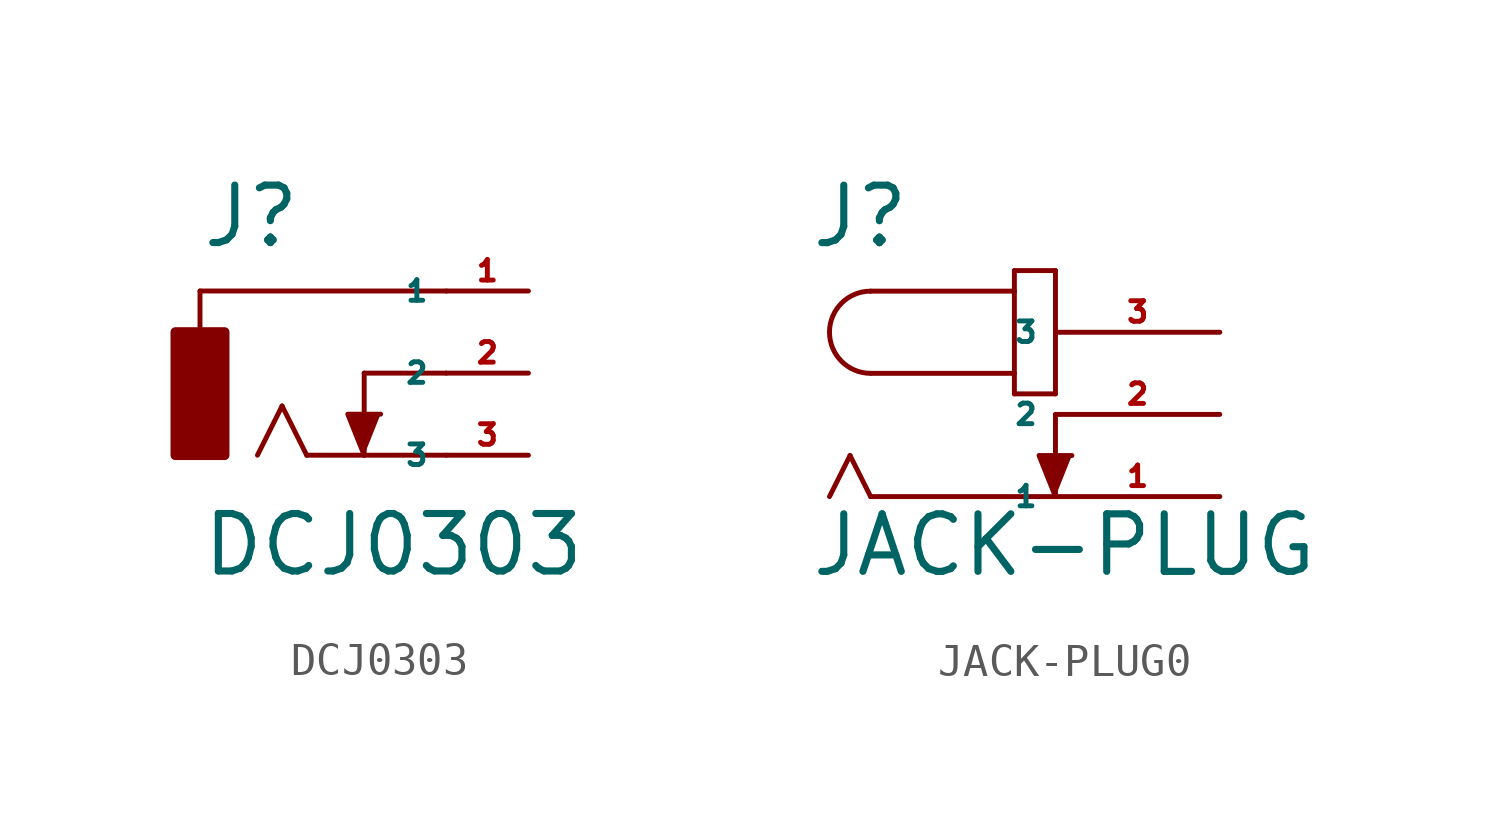
<source format=kicad_sym>
(kicad_symbol_lib
  (version 20220914)
  (generator Eagle2Kicad)
  (symbol "DCJ0303"
    (property "Reference" "J"
      (at -2.54 3.81 0)
      (effects (font (size 1.778 1.778) (thickness 0.22)) (justify left bottom)))
    (property "Value" "DCJ0303"
      (at -2.54 -6.35 0)
      (effects (font (size 1.778 1.778) (thickness 0.22)) (justify left bottom)))
    (polyline
      (pts (xy 2.54 -2.54) (xy 2.032 -1.27) (xy 3.048 -1.27))
      (stroke (width 0.152) (type default))
      (fill (type outline)))
    (polyline
      (pts (xy 5.08 2.54) (xy -2.54 2.54))
      (stroke (width 0.152) (type default))
      (fill (type none)))
    (polyline
      (pts (xy -2.54 2.54) (xy -2.54 1.27))
      (stroke (width 0.152) (type default))
      (fill (type none)))
    (polyline
      (pts (xy 5.08 0) (xy 2.54 0))
      (stroke (width 0.152) (type default))
      (fill (type none)))
    (polyline
      (pts (xy 2.54 0) (xy 2.54 -2.54))
      (stroke (width 0.152) (type default))
      (fill (type none)))
    (polyline
      (pts (xy 5.08 -2.54) (xy 2.54 -2.54))
      (stroke (width 0.152) (type default))
      (fill (type none)))
    (polyline
      (pts (xy 2.54 -2.54) (xy 0.762 -2.54))
      (stroke (width 0.152) (type default))
      (fill (type none)))
    (polyline
      (pts (xy 0.762 -2.54) (xy 0 -1.016))
      (stroke (width 0.152) (type default))
      (fill (type none)))
    (polyline
      (pts (xy 0 -1.016) (xy -0.762 -2.54))
      (stroke (width 0.152) (type default))
      (fill (type none)))
    (rectangle
      (start -3.302 -2.54)
      (end -1.778 1.27)
      (stroke (width 0.3) (type default))
      (fill (type outline)))
    (pin passive line
      (at 7.62 2.54 180)
      (length 2.54)
      (name "1" (effects (font (size 0.635 0.635) (thickness 0.08)) (justify left bottom)))
      (number "1" (effects (font (size 0.635 0.635) (thickness 0.08)) (justify left bottom))))
    (pin passive line
      (at 7.62 0 180)
      (length 2.54)
      (name "2" (effects (font (size 0.635 0.635) (thickness 0.08)) (justify left bottom)))
      (number "2" (effects (font (size 0.635 0.635) (thickness 0.08)) (justify left bottom))))
    (pin passive line
      (at 7.62 -2.54 180)
      (length 2.54)
      (name "3" (effects (font (size 0.635 0.635) (thickness 0.08)) (justify left bottom)))
      (number "3" (effects (font (size 0.635 0.635) (thickness 0.08)) (justify left bottom)))))
  (symbol "JACK-PLUG0"
    (property "Reference" "J"
      (at -7.62 5.08 0)
      (effects (font (size 1.778 1.778) (thickness 0.22)) (justify left bottom)))
    (property "Value" "JACK-PLUG"
      (at -7.62 -5.08 0)
      (effects (font (size 1.778 1.778) (thickness 0.22)) (justify left bottom)))
    (polyline
      (pts (xy 0 -2.54) (xy -0.508 -1.27) (xy 0.508 -1.27))
      (stroke (width 0.152) (type default))
      (fill (type outline)))
    (arc
      (start -5.715 3.81)
      (mid -6.985 2.540)
      (end -5.715 1.27)
      (stroke (width 0.1524) (type default))
      (fill (type none)))
    (polyline
      (pts (xy -5.715 3.81) (xy -1.27 3.81))
      (stroke (width 0.152) (type default))
      (fill (type none)))
    (polyline
      (pts (xy -1.27 3.81) (xy -1.27 1.27))
      (stroke (width 0.152) (type default))
      (fill (type none)))
    (polyline
      (pts (xy -1.27 1.27) (xy -5.715 1.27))
      (stroke (width 0.152) (type default))
      (fill (type none)))
    (polyline
      (pts (xy -1.27 1.27) (xy -1.27 0.635))
      (stroke (width 0.152) (type default))
      (fill (type none)))
    (polyline
      (pts (xy -1.27 0.635) (xy 0 0.635))
      (stroke (width 0.152) (type default))
      (fill (type none)))
    (polyline
      (pts (xy 0 0.635) (xy 0 4.445))
      (stroke (width 0.152) (type default))
      (fill (type none)))
    (polyline
      (pts (xy 0 4.445) (xy -1.27 4.445))
      (stroke (width 0.152) (type default))
      (fill (type none)))
    (polyline
      (pts (xy -1.27 4.445) (xy -1.27 3.81))
      (stroke (width 0.152) (type default))
      (fill (type none)))
    (polyline
      (pts (xy 0 -2.54) (xy -5.715 -2.54))
      (stroke (width 0.152) (type default))
      (fill (type none)))
    (polyline
      (pts (xy -5.715 -2.54) (xy -6.35 -1.27))
      (stroke (width 0.152) (type default))
      (fill (type none)))
    (polyline
      (pts (xy -6.35 -1.27) (xy -6.985 -2.54))
      (stroke (width 0.152) (type default))
      (fill (type none)))
    (polyline
      (pts (xy 0 0) (xy 0 -2.54))
      (stroke (width 0.152) (type default))
      (fill (type none)))
    (pin passive line
      (at 5.08 2.54 180)
      (length 5.08)
      (name "3" (effects (font (size 0.635 0.635) (thickness 0.08)) (justify left bottom)))
      (number "3" (effects (font (size 0.635 0.635) (thickness 0.08)) (justify left bottom))))
    (pin passive line
      (at 5.08 0 180)
      (length 5.08)
      (name "2" (effects (font (size 0.635 0.635) (thickness 0.08)) (justify left bottom)))
      (number "2" (effects (font (size 0.635 0.635) (thickness 0.08)) (justify left bottom))))
    (pin passive line
      (at 5.08 -2.54 180)
      (length 5.08)
      (name "1" (effects (font (size 0.635 0.635) (thickness 0.08)) (justify left bottom)))
      (number "1" (effects (font (size 0.635 0.635) (thickness 0.08)) (justify left bottom))))))
</source>
